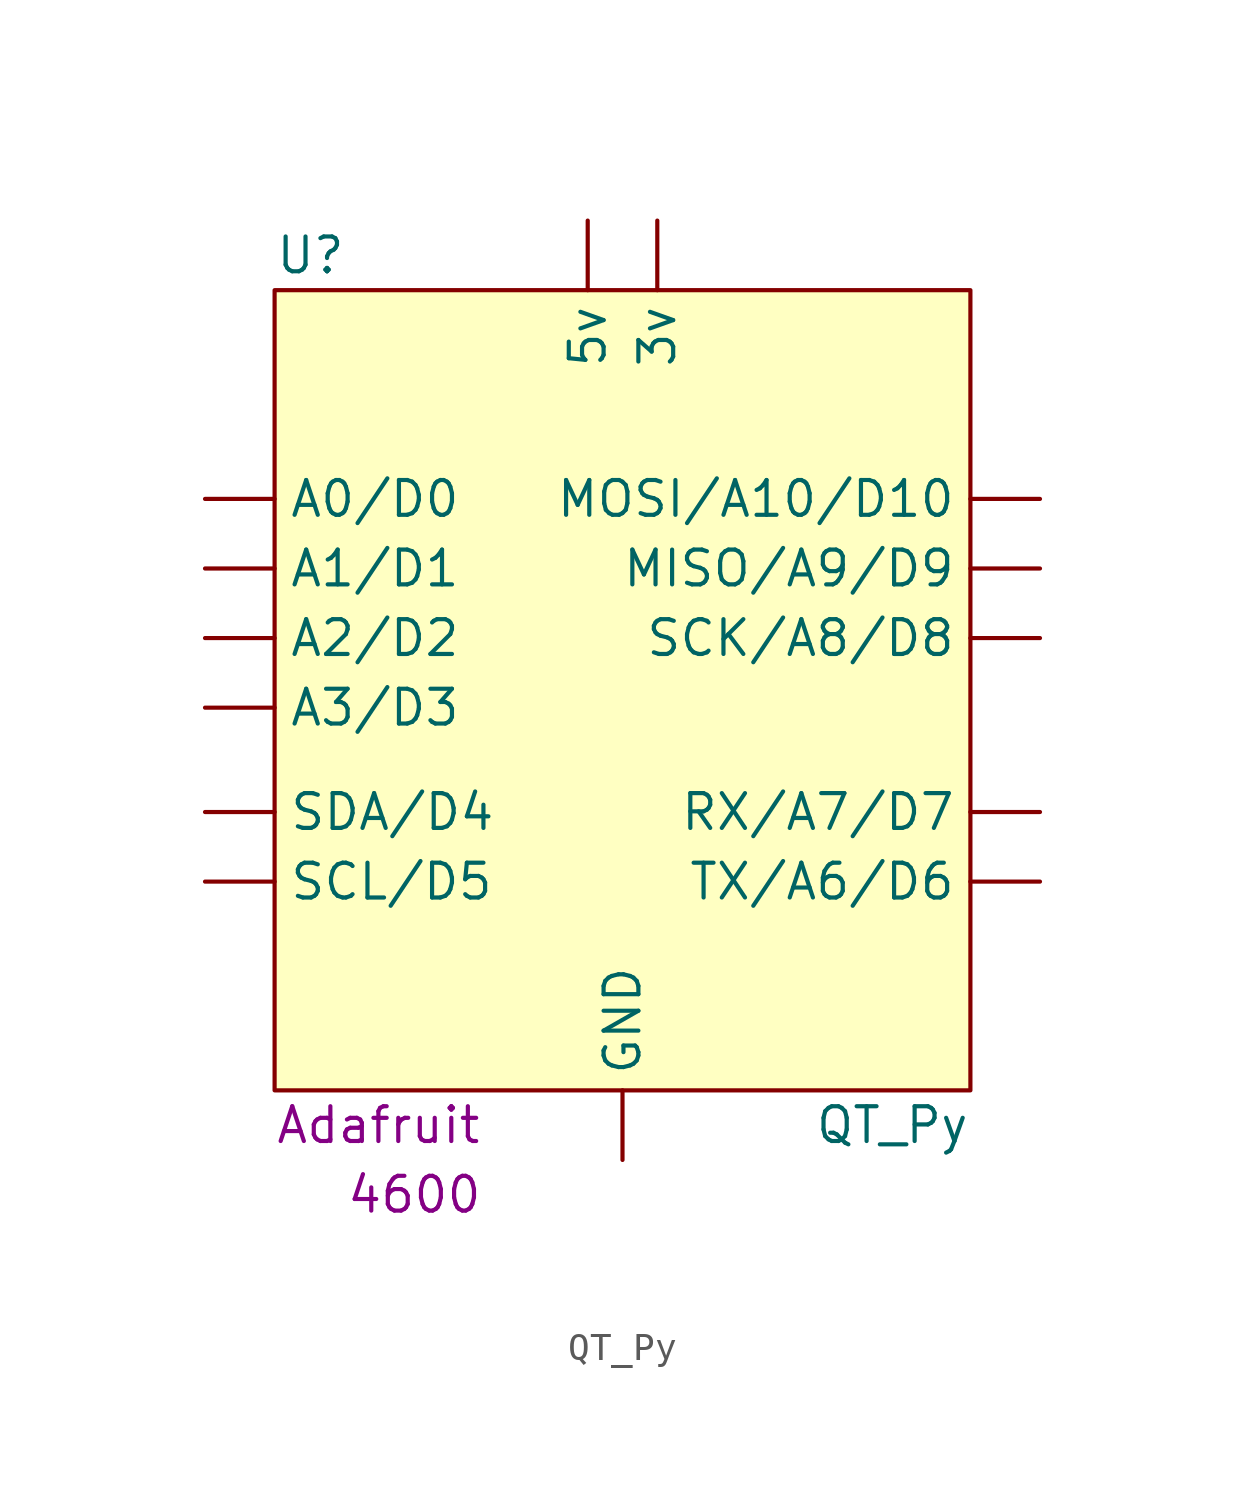
<source format=kicad_sym>
(kicad_symbol_lib
  (version 20211014)
  (generator kicad_symbol_editor)
  (symbol "QT_Py"
    (pin_numbers hide)
    (property "Reference" "U"
      (at -12.7 16.51 0)
      (effects (font (size 1.27 1.27)) (justify left)))
    (property "Value" "QT_Py"
      (at 12.7 -15.24 0)
      (effects (font (size 1.27 1.27)) (justify right)))
    (property "MPN" "4600"
      (at -5.08 -17.78 0)
      (effects (font (size 1.27 1.27)) (justify right)))
    (property "Manufacturer" "Adafruit"
      (at -12.7 -15.24 0)
      (effects (font (size 1.27 1.27)) (justify left)))
    (symbol "QT_Py_0_0"
      (pin bidirectional line (at 1.27 17.78 270) (length 2.54) (name "3v" (effects (font (size 1.27 1.27)))) (number "3v" (effects (font (size 1.27 1.27)))))
      (pin power_in line (at -1.27 17.78 270) (length 2.54) (name "5v" (effects (font (size 1.27 1.27)))) (number "5v" (effects (font (size 1.27 1.27)))))
      (pin bidirectional line (at -15.24 7.62 0) (length 2.54) (name "A0/D0" (effects (font (size 1.27 1.27)))) (number "A0" (effects (font (size 1.27 1.27)))))
      (pin bidirectional line (at -15.24 5.08 0) (length 2.54) (name "A1/D1" (effects (font (size 1.27 1.27)))) (number "A1" (effects (font (size 1.27 1.27)))))
      (pin bidirectional line (at -15.24 2.54 0) (length 2.54) (name "A2/D2" (effects (font (size 1.27 1.27)))) (number "A2" (effects (font (size 1.27 1.27)))))
      (pin bidirectional line (at -15.24 0 0) (length 2.54) (name "A3/D3" (effects (font (size 1.27 1.27)))) (number "A3" (effects (font (size 1.27 1.27)))))
      (pin power_in line (at 0 -16.51 90) (length 2.54) (name "GND" (effects (font (size 1.27 1.27)))) (number "GND" (effects (font (size 1.27 1.27)))))
      (pin bidirectional line (at 15.24 5.08 180) (length 2.54) (name "MISO/A9/D9" (effects (font (size 1.27 1.27)))) (number "MI" (effects (font (size 1.27 1.27)))))
      (pin bidirectional line (at 15.24 7.62 180) (length 2.54) (name "MOSI/A10/D10" (effects (font (size 1.27 1.27)))) (number "MO" (effects (font (size 1.27 1.27)))))
      (pin bidirectional line (at 15.24 -3.81 180) (length 2.54) (name "RX/A7/D7" (effects (font (size 1.27 1.27)))) (number "RX" (effects (font (size 1.27 1.27)))))
      (pin bidirectional line (at 15.24 2.54 180) (length 2.54) (name "SCK/A8/D8" (effects (font (size 1.27 1.27)))) (number "SCK" (effects (font (size 1.27 1.27)))))
      (pin bidirectional line (at -15.24 -6.35 0) (length 2.54) (name "SCL/D5" (effects (font (size 1.27 1.27)))) (number "SCL" (effects (font (size 1.27 1.27)))))
      (pin bidirectional line (at -15.24 -3.81 0) (length 2.54) (name "SDA/D4" (effects (font (size 1.27 1.27)))) (number "SDA" (effects (font (size 1.27 1.27)))))
      (pin bidirectional line (at 15.24 -6.35 180) (length 2.54) (name "TX/A6/D6" (effects (font (size 1.27 1.27)))) (number "TX" (effects (font (size 1.27 1.27))))))
    (symbol "QT_Py_0_1"
      (rectangle (start -12.7 15.24) (end 12.7 -13.97) (stroke (width 0) (type default) (color 0 0 0 0)) (fill (type background))))))
</source>
